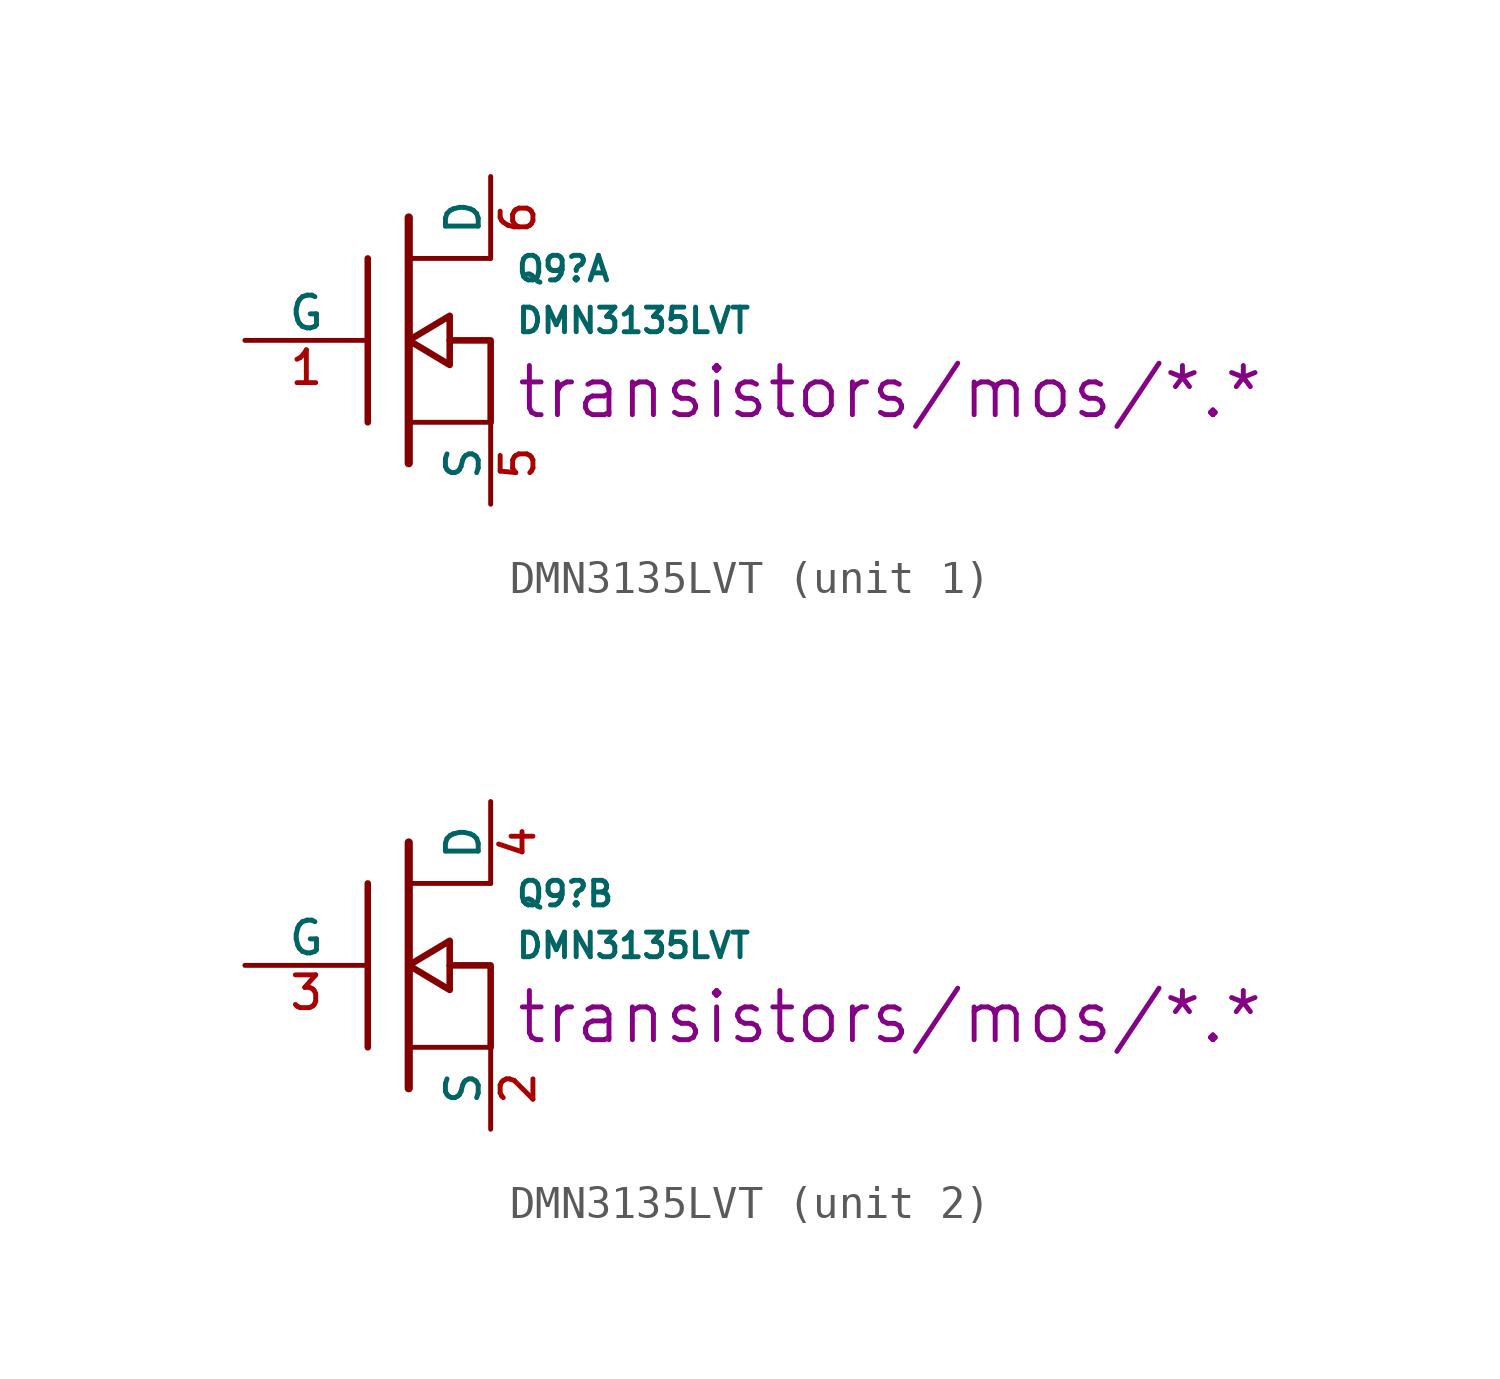
<source format=kicad_sym>
(kicad_symbol_lib
  (version 20231120)
  (generator "kicad_symbol_editor")
  (generator_version "8.0")
  (symbol "DMN3135LVT"
    (pin_names
      (offset 0))
    (property "Reference" "Q9"
      (at 3.277 2.22 0)
      (effects (font (size 0.762 0.762)) (justify left)))
    (property "Value" "DMN3135LVT"
      (at 3.277 0.613 0)
      (effects (font (size 0.762 0.762)) (justify left)))
    (property "Datasheet" "transistors/mos/*.*"
      (at 3.277 -1.607 0)
      (effects (font (size 1.524 1.524)) (justify left)))
    (symbol "DMN3135LVT_0_1"
      (polyline (pts (xy -1.27 -2.54) (xy -1.27 2.54)) (stroke (width 0.203) (type solid)) (fill (type none)))
      (polyline (pts (xy 0 -3.81) (xy 0 3.81)) (stroke (width 0.254) (type solid)) (fill (type none)))
      (polyline (pts (xy 2.54 -2.54) (xy 0 -2.54)) (stroke (width 0) (type solid)) (fill (type none)))
      (polyline (pts (xy 2.54 2.54) (xy 0 2.54)) (stroke (width 0) (type solid)) (fill (type none)))
      (polyline (pts (xy 2.54 -2.54) (xy 2.54 0) (xy 1.27 0)) (stroke (width 0.203) (type solid)) (fill (type none)))
      (polyline (pts (xy 1.27 0.762) (xy 1.27 -0.762) (xy 0 0) (xy 1.27 0.762) (xy 1.27 0.762)) (stroke (width 0.203) (type solid)) (fill (type none))))
    (symbol "DMN3135LVT_1_1"
      (pin input line (at -5.08 0 0) (length 3.81) (name "G" (effects (font (size 1.016 1.016)))) (number "1" (effects (font (size 1.016 1.016)))))
      (pin passive line (at 2.54 -5.08 90) (length 2.54) (name "S" (effects (font (size 1.016 1.016)))) (number "5" (effects (font (size 1.016 1.016)))))
      (pin passive line (at 2.54 5.08 270) (length 2.54) (name "D" (effects (font (size 1.016 1.016)))) (number "6" (effects (font (size 1.016 1.016))))))
    (symbol "DMN3135LVT_2_1"
      (pin passive line (at 2.54 -5.08 90) (length 2.54) (name "S" (effects (font (size 1.016 1.016)))) (number "2" (effects (font (size 1.016 1.016)))))
      (pin input line (at -5.08 0 0) (length 3.81) (name "G" (effects (font (size 1.016 1.016)))) (number "3" (effects (font (size 1.016 1.016)))))
      (pin passive line (at 2.54 5.08 270) (length 2.54) (name "D" (effects (font (size 1.016 1.016)))) (number "4" (effects (font (size 1.016 1.016))))))))
</source>
